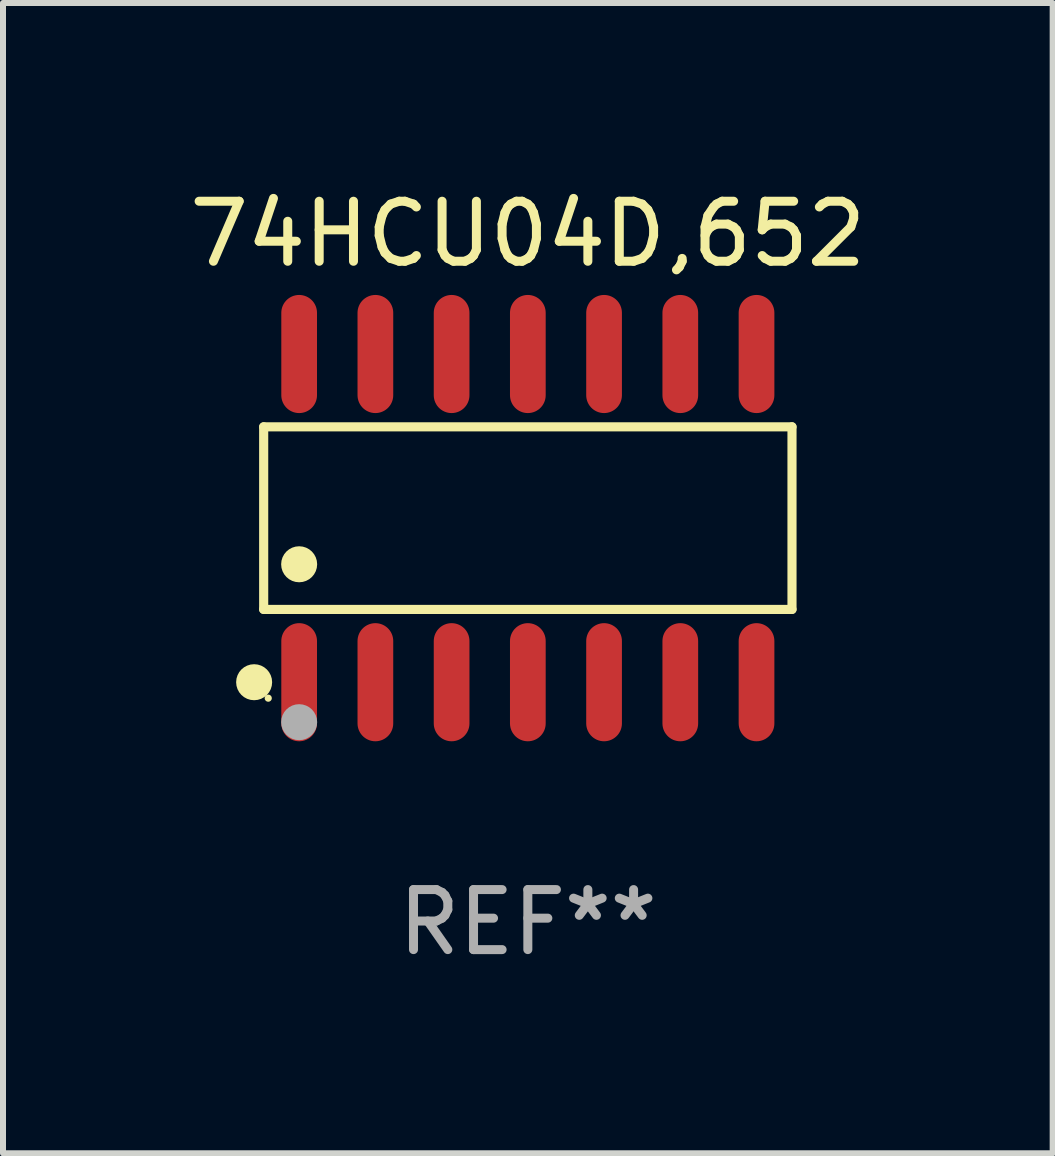
<source format=kicad_pcb>
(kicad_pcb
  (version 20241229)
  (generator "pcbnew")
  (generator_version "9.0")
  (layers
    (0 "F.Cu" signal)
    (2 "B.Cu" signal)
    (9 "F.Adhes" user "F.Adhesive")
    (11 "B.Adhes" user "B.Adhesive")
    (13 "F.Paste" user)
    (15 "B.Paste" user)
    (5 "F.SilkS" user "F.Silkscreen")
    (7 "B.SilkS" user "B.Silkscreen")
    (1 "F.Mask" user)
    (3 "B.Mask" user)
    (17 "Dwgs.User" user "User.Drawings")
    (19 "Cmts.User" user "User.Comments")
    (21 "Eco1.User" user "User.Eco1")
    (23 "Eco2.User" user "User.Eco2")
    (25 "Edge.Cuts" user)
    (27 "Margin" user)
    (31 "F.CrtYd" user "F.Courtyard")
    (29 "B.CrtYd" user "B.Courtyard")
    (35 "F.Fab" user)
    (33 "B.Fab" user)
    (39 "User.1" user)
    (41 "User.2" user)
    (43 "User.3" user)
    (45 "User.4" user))
  (footprint "74HCU04D,652"
    (layer "F.Cu")
    (at 5.744 5.582)
    (property "Reference" "74HCU04D,652" (at 0 -4.734 0) (layer "F.SilkS") (effects (font (size 1 1) (thickness 0.15))))
    (attr through_hole)
    (fp_line (start -4.401 -1.521) (end 4.401 -1.521) (stroke (width 0.152) (type solid)) (layer "F.SilkS"))
    (fp_line (start -4.401 1.521) (end -4.401 -1.521) (stroke (width 0.152) (type solid)) (layer "F.SilkS"))
    (fp_line (start 4.401 -1.521) (end 4.401 1.521) (stroke (width 0.152) (type solid)) (layer "F.SilkS"))
    (fp_line (start 4.401 1.521) (end -4.401 1.521) (stroke (width 0.152) (type solid)) (layer "F.SilkS"))
    (fp_circle (center -4.56 2.734) (end -4.41 2.734) (stroke (width 0.3) (type solid)) (fill no) (layer "F.SilkS"))
    (fp_circle (center -4.325 3) (end -4.295 3) (stroke (width 0.06) (type solid)) (fill no) (layer "F.SilkS"))
    (fp_circle (center -3.81 0.769) (end -3.66 0.769) (stroke (width 0.3) (type solid)) (fill no) (layer "F.SilkS"))
    (fp_circle (center -3.81 3.4) (end -3.66 3.4) (stroke (width 0.3) (type solid)) (fill no) (layer "F.Fab"))
    (fp_text user "REF**" (at 0 6.734 0) (layer "F.Fab") (effects (font (size 1 1) (thickness 0.15))))
    (pad "1" smd oval (at -3.81 2.734) (size 0.595 1.968) (layers "F.Cu" "F.Mask" "F.Paste"))
    (pad "2" smd oval (at -2.54 2.734) (size 0.595 1.968) (layers "F.Cu" "F.Mask" "F.Paste"))
    (pad "3" smd oval (at -1.27 2.734) (size 0.595 1.968) (layers "F.Cu" "F.Mask" "F.Paste"))
    (pad "4" smd oval (at 0 2.734) (size 0.595 1.968) (layers "F.Cu" "F.Mask" "F.Paste"))
    (pad "5" smd oval (at 1.27 2.734) (size 0.595 1.968) (layers "F.Cu" "F.Mask" "F.Paste"))
    (pad "6" smd oval (at 2.54 2.734) (size 0.595 1.968) (layers "F.Cu" "F.Mask" "F.Paste"))
    (pad "7" smd oval (at 3.81 2.734) (size 0.595 1.968) (layers "F.Cu" "F.Mask" "F.Paste"))
    (pad "8" smd oval (at 3.81 -2.734) (size 0.595 1.968) (layers "F.Cu" "F.Mask" "F.Paste"))
    (pad "9" smd oval (at 2.54 -2.734) (size 0.595 1.968) (layers "F.Cu" "F.Mask" "F.Paste"))
    (pad "10" smd oval (at 1.27 -2.734) (size 0.595 1.968) (layers "F.Cu" "F.Mask" "F.Paste"))
    (pad "11" smd oval (at 0 -2.734) (size 0.595 1.968) (layers "F.Cu" "F.Mask" "F.Paste"))
    (pad "12" smd oval (at -1.27 -2.734) (size 0.595 1.968) (layers "F.Cu" "F.Mask" "F.Paste"))
    (pad "13" smd oval (at -2.54 -2.734) (size 0.595 1.968) (layers "F.Cu" "F.Mask" "F.Paste"))
    (pad "14" smd oval (at -3.81 -2.734) (size 0.595 1.968) (layers "F.Cu" "F.Mask" "F.Paste")))
  (gr_rect
    (start -3 -3)
    (end 14.488 16.164)
    (stroke (width 0.1) (type default))
    (fill no)
    (layer "Edge.Cuts")))
</source>
